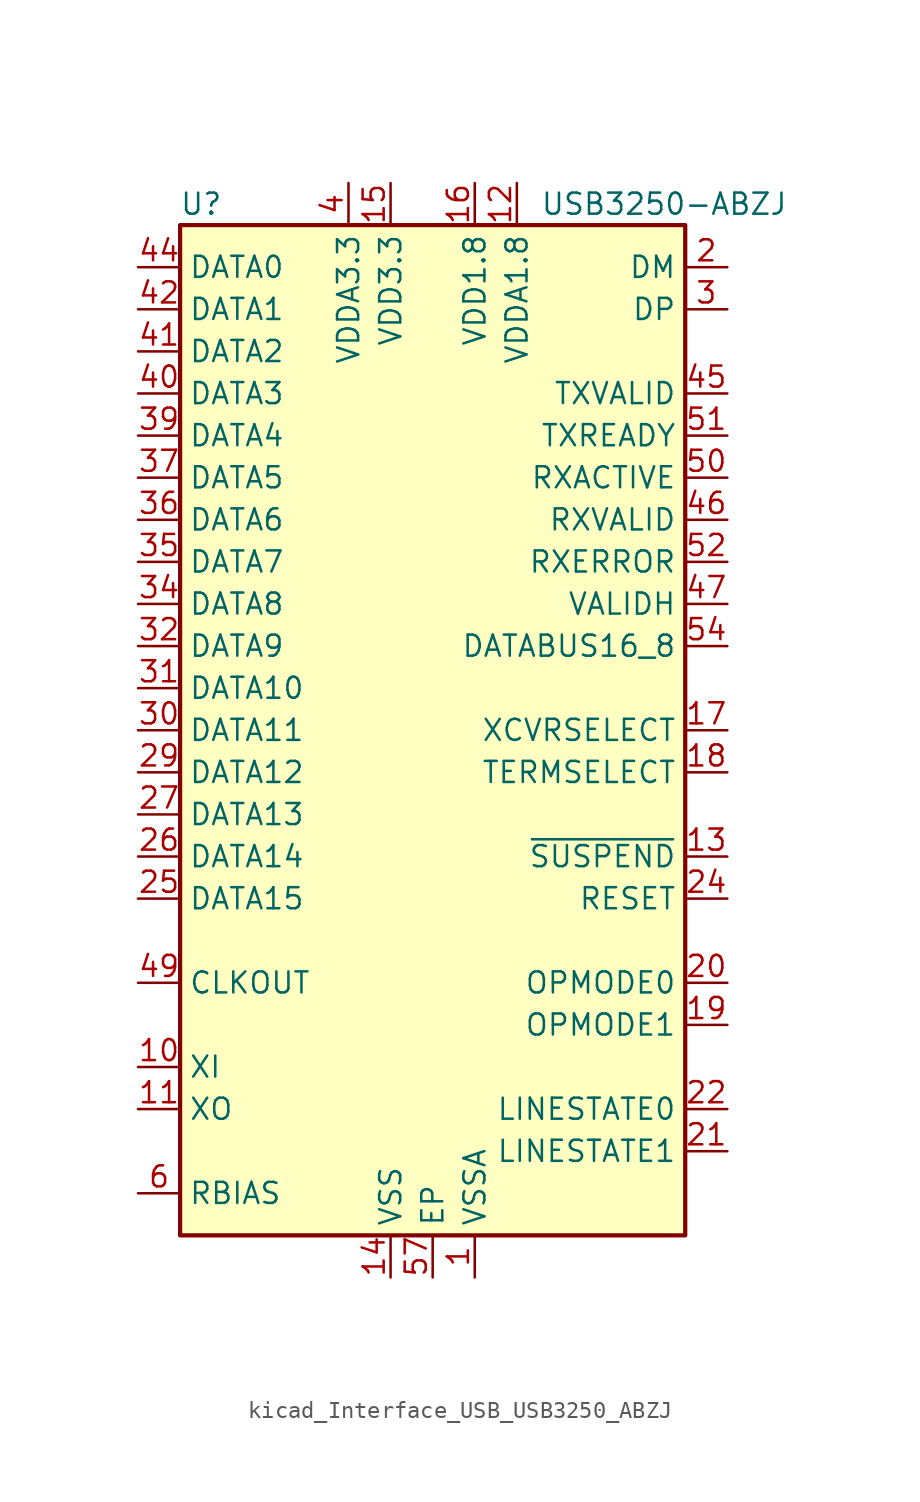
<source format=kicad_sym>
(kicad_symbol_lib
  (version 20220914)
  (generator kicad_symbol_editor)
  (symbol "kicad_Interface_USB_USB3250_ABZJ"
    (property "Reference" "U"
      (at -13.97 31.75 0)
      (effects (font (size 1.27 1.27))))
    (property "Value" "USB3250-ABZJ"
      (at 13.97 31.75 0)
      (effects (font (size 1.27 1.27))))
    (symbol "kicad_Interface_USB_USB3250_ABZJ_0_1"
      (rectangle (start 15.24 -30.48) (end -15.24 30.48) (stroke (width 0.254) (type default)) (fill (type background))))
    (symbol "kicad_Interface_USB_USB3250_ABZJ_1_1"
      (pin power_in line (at 2.54 -33.02 90) (length 2.54) (name "VSSA" (effects (font (size 1.27 1.27)))) (number "1" (effects (font (size 1.27 1.27)))))
      (pin input line (at -17.78 -20.32 0) (length 2.54) (name "XI" (effects (font (size 1.27 1.27)))) (number "10" (effects (font (size 1.27 1.27)))))
      (pin output line (at -17.78 -22.86 0) (length 2.54) (name "XO" (effects (font (size 1.27 1.27)))) (number "11" (effects (font (size 1.27 1.27)))))
      (pin power_in line (at 5.08 33.02 270) (length 2.54) (name "VDDA1.8" (effects (font (size 1.27 1.27)))) (number "12" (effects (font (size 1.27 1.27)))))
      (pin input line (at 17.78 -7.62 180) (length 2.54) (name "~{SUSPEND}" (effects (font (size 1.27 1.27)))) (number "13" (effects (font (size 1.27 1.27)))))
      (pin power_in line (at -2.54 -33.02 90) (length 2.54) (name "VSS" (effects (font (size 1.27 1.27)))) (number "14" (effects (font (size 1.27 1.27)))))
      (pin power_in line (at -2.54 33.02 270) (length 2.54) (name "VDD3.3" (effects (font (size 1.27 1.27)))) (number "15" (effects (font (size 1.27 1.27)))))
      (pin power_in line (at 2.54 33.02 270) (length 2.54) (name "VDD1.8" (effects (font (size 1.27 1.27)))) (number "16" (effects (font (size 1.27 1.27)))))
      (pin input line (at 17.78 0 180) (length 2.54) (name "XCVRSELECT" (effects (font (size 1.27 1.27)))) (number "17" (effects (font (size 1.27 1.27)))))
      (pin input line (at 17.78 -2.54 180) (length 2.54) (name "TERMSELECT" (effects (font (size 1.27 1.27)))) (number "18" (effects (font (size 1.27 1.27)))))
      (pin input line (at 17.78 -17.78 180) (length 2.54) (name "OPMODE1" (effects (font (size 1.27 1.27)))) (number "19" (effects (font (size 1.27 1.27)))))
      (pin bidirectional line (at 17.78 27.94 180) (length 2.54) (name "DM" (effects (font (size 1.27 1.27)))) (number "2" (effects (font (size 1.27 1.27)))))
      (pin input line (at 17.78 -15.24 180) (length 2.54) (name "OPMODE0" (effects (font (size 1.27 1.27)))) (number "20" (effects (font (size 1.27 1.27)))))
      (pin output line (at 17.78 -25.4 180) (length 2.54) (name "LINESTATE1" (effects (font (size 1.27 1.27)))) (number "21" (effects (font (size 1.27 1.27)))))
      (pin output line (at 17.78 -22.86 180) (length 2.54) (name "LINESTATE0" (effects (font (size 1.27 1.27)))) (number "22" (effects (font (size 1.27 1.27)))))
      (pin passive line (at 2.54 33.02 270) (length 2.54) hide (name "VDD1.8" (effects (font (size 1.27 1.27)))) (number "23" (effects (font (size 1.27 1.27)))))
      (pin input line (at 17.78 -10.16 180) (length 2.54) (name "RESET" (effects (font (size 1.27 1.27)))) (number "24" (effects (font (size 1.27 1.27)))))
      (pin bidirectional line (at -17.78 -10.16 0) (length 2.54) (name "DATA15" (effects (font (size 1.27 1.27)))) (number "25" (effects (font (size 1.27 1.27)))))
      (pin bidirectional line (at -17.78 -7.62 0) (length 2.54) (name "DATA14" (effects (font (size 1.27 1.27)))) (number "26" (effects (font (size 1.27 1.27)))))
      (pin bidirectional line (at -17.78 -5.08 0) (length 2.54) (name "DATA13" (effects (font (size 1.27 1.27)))) (number "27" (effects (font (size 1.27 1.27)))))
      (pin passive line (at -2.54 33.02 270) (length 2.54) hide (name "VDD3.3" (effects (font (size 1.27 1.27)))) (number "28" (effects (font (size 1.27 1.27)))))
      (pin bidirectional line (at -17.78 -2.54 0) (length 2.54) (name "DATA12" (effects (font (size 1.27 1.27)))) (number "29" (effects (font (size 1.27 1.27)))))
      (pin bidirectional line (at 17.78 25.4 180) (length 2.54) (name "DP" (effects (font (size 1.27 1.27)))) (number "3" (effects (font (size 1.27 1.27)))))
      (pin bidirectional line (at -17.78 0 0) (length 2.54) (name "DATA11" (effects (font (size 1.27 1.27)))) (number "30" (effects (font (size 1.27 1.27)))))
      (pin bidirectional line (at -17.78 2.54 0) (length 2.54) (name "DATA10" (effects (font (size 1.27 1.27)))) (number "31" (effects (font (size 1.27 1.27)))))
      (pin bidirectional line (at -17.78 5.08 0) (length 2.54) (name "DATA9" (effects (font (size 1.27 1.27)))) (number "32" (effects (font (size 1.27 1.27)))))
      (pin passive line (at -2.54 -33.02 90) (length 2.54) hide (name "VSS" (effects (font (size 1.27 1.27)))) (number "33" (effects (font (size 1.27 1.27)))))
      (pin bidirectional line (at -17.78 7.62 0) (length 2.54) (name "DATA8" (effects (font (size 1.27 1.27)))) (number "34" (effects (font (size 1.27 1.27)))))
      (pin bidirectional line (at -17.78 10.16 0) (length 2.54) (name "DATA7" (effects (font (size 1.27 1.27)))) (number "35" (effects (font (size 1.27 1.27)))))
      (pin bidirectional line (at -17.78 12.7 0) (length 2.54) (name "DATA6" (effects (font (size 1.27 1.27)))) (number "36" (effects (font (size 1.27 1.27)))))
      (pin bidirectional line (at -17.78 15.24 0) (length 2.54) (name "DATA5" (effects (font (size 1.27 1.27)))) (number "37" (effects (font (size 1.27 1.27)))))
      (pin passive line (at 2.54 33.02 270) (length 2.54) hide (name "VDD1.8" (effects (font (size 1.27 1.27)))) (number "38" (effects (font (size 1.27 1.27)))))
      (pin bidirectional line (at -17.78 17.78 0) (length 2.54) (name "DATA4" (effects (font (size 1.27 1.27)))) (number "39" (effects (font (size 1.27 1.27)))))
      (pin power_in line (at -5.08 33.02 270) (length 2.54) (name "VDDA3.3" (effects (font (size 1.27 1.27)))) (number "4" (effects (font (size 1.27 1.27)))))
      (pin bidirectional line (at -17.78 20.32 0) (length 2.54) (name "DATA3" (effects (font (size 1.27 1.27)))) (number "40" (effects (font (size 1.27 1.27)))))
      (pin bidirectional line (at -17.78 22.86 0) (length 2.54) (name "DATA2" (effects (font (size 1.27 1.27)))) (number "41" (effects (font (size 1.27 1.27)))))
      (pin bidirectional line (at -17.78 25.4 0) (length 2.54) (name "DATA1" (effects (font (size 1.27 1.27)))) (number "42" (effects (font (size 1.27 1.27)))))
      (pin passive line (at -2.54 33.02 270) (length 2.54) hide (name "VDD3.3" (effects (font (size 1.27 1.27)))) (number "43" (effects (font (size 1.27 1.27)))))
      (pin bidirectional line (at -17.78 27.94 0) (length 2.54) (name "DATA0" (effects (font (size 1.27 1.27)))) (number "44" (effects (font (size 1.27 1.27)))))
      (pin input line (at 17.78 20.32 180) (length 2.54) (name "TXVALID" (effects (font (size 1.27 1.27)))) (number "45" (effects (font (size 1.27 1.27)))))
      (pin output line (at 17.78 12.7 180) (length 2.54) (name "RXVALID" (effects (font (size 1.27 1.27)))) (number "46" (effects (font (size 1.27 1.27)))))
      (pin bidirectional line (at 17.78 7.62 180) (length 2.54) (name "VALIDH" (effects (font (size 1.27 1.27)))) (number "47" (effects (font (size 1.27 1.27)))))
      (pin passive line (at -2.54 -33.02 90) (length 2.54) hide (name "VSS" (effects (font (size 1.27 1.27)))) (number "48" (effects (font (size 1.27 1.27)))))
      (pin output line (at -17.78 -15.24 0) (length 2.54) (name "CLKOUT" (effects (font (size 1.27 1.27)))) (number "49" (effects (font (size 1.27 1.27)))))
      (pin passive line (at 2.54 -33.02 90) (length 2.54) hide (name "VSSA" (effects (font (size 1.27 1.27)))) (number "5" (effects (font (size 1.27 1.27)))))
      (pin output line (at 17.78 15.24 180) (length 2.54) (name "RXACTIVE" (effects (font (size 1.27 1.27)))) (number "50" (effects (font (size 1.27 1.27)))))
      (pin output line (at 17.78 17.78 180) (length 2.54) (name "TXREADY" (effects (font (size 1.27 1.27)))) (number "51" (effects (font (size 1.27 1.27)))))
      (pin output line (at 17.78 10.16 180) (length 2.54) (name "RXERROR" (effects (font (size 1.27 1.27)))) (number "52" (effects (font (size 1.27 1.27)))))
      (pin passive line (at 2.54 33.02 270) (length 2.54) hide (name "VDD1.8" (effects (font (size 1.27 1.27)))) (number "53" (effects (font (size 1.27 1.27)))))
      (pin input line (at 17.78 5.08 180) (length 2.54) (name "DATABUS16_8" (effects (font (size 1.27 1.27)))) (number "54" (effects (font (size 1.27 1.27)))))
      (pin passive line (at -2.54 -33.02 90) (length 2.54) hide (name "VSS" (effects (font (size 1.27 1.27)))) (number "55" (effects (font (size 1.27 1.27)))))
      (pin passive line (at -2.54 -33.02 90) (length 2.54) hide (name "VSS" (effects (font (size 1.27 1.27)))) (number "56" (effects (font (size 1.27 1.27)))))
      (pin power_in line (at 0 -33.02 90) (length 2.54) (name "EP" (effects (font (size 1.27 1.27)))) (number "57" (effects (font (size 1.27 1.27)))))
      (pin passive line (at -17.78 -27.94 0) (length 2.54) (name "RBIAS" (effects (font (size 1.27 1.27)))) (number "6" (effects (font (size 1.27 1.27)))))
      (pin passive line (at -5.08 33.02 270) (length 2.54) hide (name "VDDA3.3" (effects (font (size 1.27 1.27)))) (number "7" (effects (font (size 1.27 1.27)))))
      (pin passive line (at 2.54 -33.02 90) (length 2.54) hide (name "VSSA" (effects (font (size 1.27 1.27)))) (number "8" (effects (font (size 1.27 1.27)))))
      (pin passive line (at 2.54 -33.02 90) (length 2.54) hide (name "VSSA" (effects (font (size 1.27 1.27)))) (number "9" (effects (font (size 1.27 1.27))))))))
</source>
